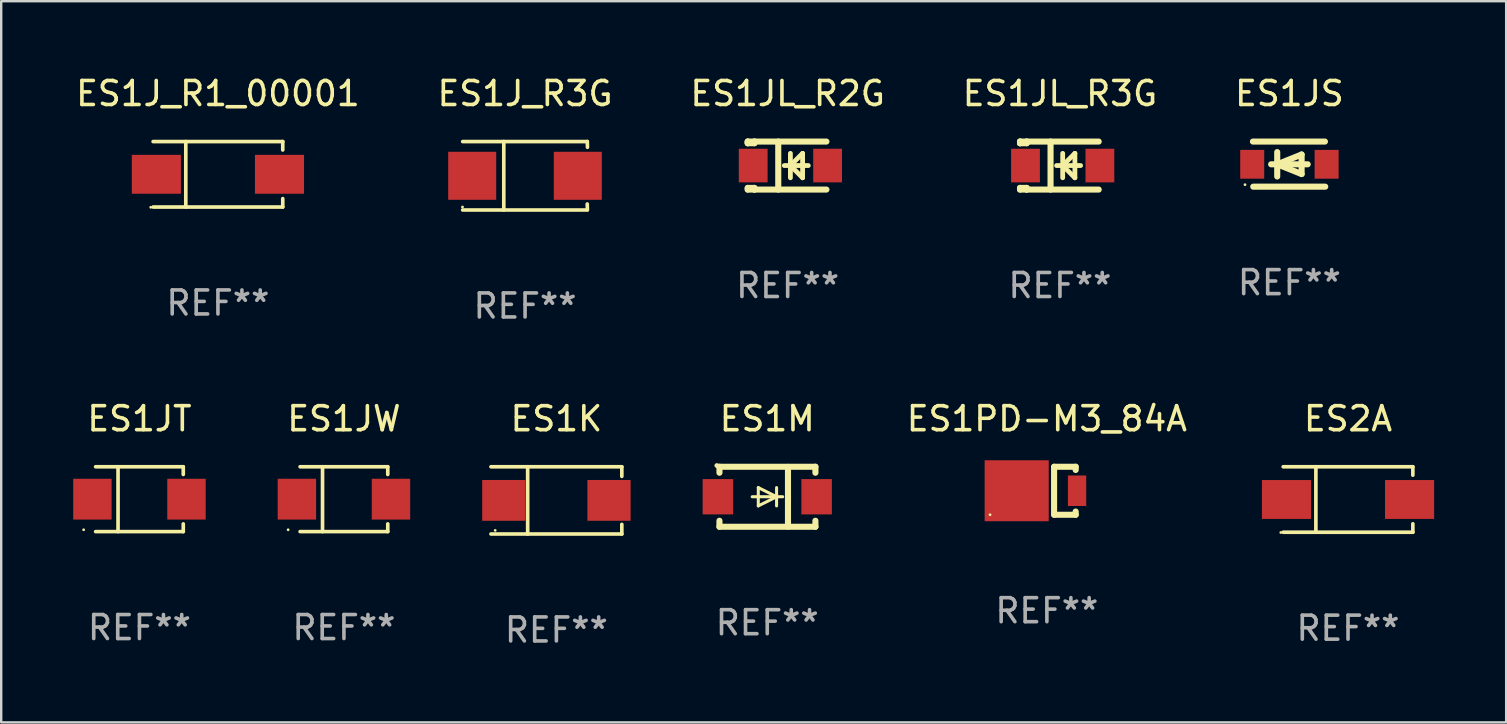
<source format=kicad_pcb>
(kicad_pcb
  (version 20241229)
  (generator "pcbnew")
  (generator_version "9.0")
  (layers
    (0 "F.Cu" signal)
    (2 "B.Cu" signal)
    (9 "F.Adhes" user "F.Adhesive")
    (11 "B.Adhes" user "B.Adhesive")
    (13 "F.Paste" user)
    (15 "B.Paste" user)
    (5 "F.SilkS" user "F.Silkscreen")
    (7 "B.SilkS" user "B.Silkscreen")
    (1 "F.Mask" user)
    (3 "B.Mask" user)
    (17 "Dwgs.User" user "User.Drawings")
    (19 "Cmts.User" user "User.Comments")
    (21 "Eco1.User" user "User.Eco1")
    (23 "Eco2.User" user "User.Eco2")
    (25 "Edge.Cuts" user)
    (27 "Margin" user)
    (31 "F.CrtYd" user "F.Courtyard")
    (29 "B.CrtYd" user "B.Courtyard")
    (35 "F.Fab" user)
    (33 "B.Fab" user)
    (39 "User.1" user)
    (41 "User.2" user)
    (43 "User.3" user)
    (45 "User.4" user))
  (footprint "ES1JS"
    (layer "F.Cu")
    (at 50.673 3.788)
    (property "Reference" "ES1JS" (at 0 -2.94 0) (layer "F.SilkS") (effects (font (size 1 1) (thickness 0.15))))
    (attr through_hole)
    (fp_line (start -1.52 -0.94) (end 1.48 -0.94) (stroke (width 0.254) (type solid)) (layer "F.SilkS"))
    (fp_line (start -1.507 0.94) (end 1.493 0.94) (stroke (width 0.254) (type solid)) (layer "F.SilkS"))
    (fp_line (start -0.762 0.007) (end 0.762 0.007) (stroke (width 0.254) (type solid)) (layer "F.SilkS"))
    (fp_line (start -0.508 -0.501) (end -0.508 0.515) (stroke (width 0.254) (type solid)) (layer "F.SilkS"))
    (fp_line (start -0.508 0.007) (end 0.508 -0.4) (stroke (width 0.254) (type solid)) (layer "F.SilkS"))
    (fp_line (start 0.508 -0.4) (end 0.508 0.413) (stroke (width 0.254) (type solid)) (layer "F.SilkS"))
    (fp_line (start 0.508 0.413) (end -0.508 0.007) (stroke (width 0.254) (type solid)) (layer "F.SilkS"))
    (fp_circle (center -1.85 0.857) (end -1.82 0.857) (stroke (width 0.06) (type solid)) (fill no) (layer "F.SilkS"))
    (fp_text user "REF**" (at 0 4.94 0) (layer "F.Fab") (effects (font (size 1 1) (thickness 0.15))))
    (pad "1" smd rect (at -1.55 0.007) (size 1 1.2) (layers "F.Cu" "F.Mask" "F.Paste"))
    (pad "2" smd rect (at 1.55 0.007) (size 1 1.2) (layers "F.Cu" "F.Mask" "F.Paste")))
  (footprint "ES1J_R1_00001"
    (layer "F.Cu")
    (at 6.03 4.212)
    (property "Reference" "ES1J_R1_00001" (at 0 -3.364 0) (layer "F.SilkS") (effects (font (size 1 1) (thickness 0.15))))
    (attr through_hole)
    (fp_line (start -2.701 -1.364) (end 2.701 -1.364) (stroke (width 0.152) (type solid)) (layer "F.SilkS"))
    (fp_line (start -2.701 1.364) (end 2.701 1.364) (stroke (width 0.152) (type solid)) (layer "F.SilkS"))
    (fp_line (start -1.339 -1.364) (end -1.339 1.364) (stroke (width 0.152) (type solid)) (layer "F.SilkS"))
    (fp_line (start 2.701 -1.364) (end 2.701 -1.013) (stroke (width 0.152) (type solid)) (layer "F.SilkS"))
    (fp_line (start 2.701 1.364) (end 2.701 1.013) (stroke (width 0.152) (type solid)) (layer "F.SilkS"))
    (fp_circle (center -2.8 1.375) (end -2.77 1.375) (stroke (width 0.06) (type solid)) (fill no) (layer "F.SilkS"))
    (fp_text user "REF**" (at 0 5.364 0) (layer "F.Fab") (effects (font (size 1 1) (thickness 0.15))))
    (pad "1" smd rect (at -2.565 -0.000025) (size 2.046 1.62) (layers "F.Cu" "F.Mask" "F.Paste"))
    (pad "2" smd rect (at 2.565 -0.000025) (size 2.046 1.62) (layers "F.Cu" "F.Mask" "F.Paste")))
  (footprint "ES2A"
    (layer "F.Cu")
    (at 53.115 17.761)
    (property "Reference" "ES2A" (at 0 -3.364 0) (layer "F.SilkS") (effects (font (size 1 1) (thickness 0.15))))
    (attr through_hole)
    (fp_line (start -2.701 -1.364) (end 2.701 -1.364) (stroke (width 0.152) (type solid)) (layer "F.SilkS"))
    (fp_line (start -2.701 1.364) (end 2.701 1.364) (stroke (width 0.152) (type solid)) (layer "F.SilkS"))
    (fp_line (start -1.339 -1.364) (end -1.339 1.364) (stroke (width 0.152) (type solid)) (layer "F.SilkS"))
    (fp_line (start 2.701 -1.364) (end 2.701 -1.013) (stroke (width 0.152) (type solid)) (layer "F.SilkS"))
    (fp_line (start 2.701 1.364) (end 2.701 1.013) (stroke (width 0.152) (type solid)) (layer "F.SilkS"))
    (fp_circle (center -2.8 1.375) (end -2.77 1.375) (stroke (width 0.06) (type solid)) (fill no) (layer "F.SilkS"))
    (fp_text user "REF**" (at 0 5.364 0) (layer "F.Fab") (effects (font (size 1 1) (thickness 0.15))))
    (pad "1" smd rect (at -2.565 -0.000025) (size 2.046 1.62) (layers "F.Cu" "F.Mask" "F.Paste"))
    (pad "2" smd rect (at 2.565 -0.000025) (size 2.046 1.62) (layers "F.Cu" "F.Mask" "F.Paste")))
  (footprint "ES1PD-M3_84A"
    (layer "F.Cu")
    (at 40.568 17.397)
    (property "Reference" "ES1PD-M3_84A" (at 0 -3 0) (layer "F.SilkS") (effects (font (size 1 1) (thickness 0.15))))
    (attr through_hole)
    (fp_line (start 0.3 -1) (end 0.3 1) (stroke (width 0.254) (type solid)) (layer "F.SilkS"))
    (fp_line (start 1.2 -1) (end 0.308 -1) (stroke (width 0.254) (type solid)) (layer "F.SilkS"))
    (fp_line (start 1.2 -1) (end 1.2 -0.866) (stroke (width 0.254) (type solid)) (layer "F.SilkS"))
    (fp_line (start 1.2 1) (end 0.308 1) (stroke (width 0.254) (type solid)) (layer "F.SilkS"))
    (fp_line (start 1.2 1) (end 1.2 0.866) (stroke (width 0.254) (type solid)) (layer "F.SilkS"))
    (fp_circle (center -2.368 1) (end -2.338 1) (stroke (width 0.06) (type solid)) (fill no) (layer "F.SilkS"))
    (fp_text user "REF**" (at 0 5 0) (layer "F.Fab") (effects (font (size 1 1) (thickness 0.15))))
    (pad "1" smd rect (at -1.258 0) (size 2.67 2.54) (layers "F.Cu" "F.Mask" "F.Paste"))
    (pad "2" smd rect (at 1.258 0) (size 0.762 1.27) (layers "F.Cu" "F.Mask" "F.Paste")))
  (footprint "ES1K"
    (layer "F.Cu")
    (at 20.132 17.798)
    (property "Reference" "ES1K" (at 0 -3.401 0) (layer "F.SilkS") (effects (font (size 1 1) (thickness 0.15))))
    (attr through_hole)
    (fp_line (start -2.726 -1.401) (end 2.726 -1.401) (stroke (width 0.152) (type solid)) (layer "F.SilkS"))
    (fp_line (start -2.726 1.401) (end 2.726 1.401) (stroke (width 0.152) (type solid)) (layer "F.SilkS"))
    (fp_line (start -1.197 -1.401) (end -1.197 1.401) (stroke (width 0.152) (type solid)) (layer "F.SilkS"))
    (fp_line (start 2.726 -1.401) (end 2.726 -1) (stroke (width 0.152) (type solid)) (layer "F.SilkS"))
    (fp_line (start 2.726 1.401) (end 2.726 1) (stroke (width 0.152) (type solid)) (layer "F.SilkS"))
    (fp_circle (center -2.55 1.25) (end -2.52 1.25) (stroke (width 0.06) (type solid)) (fill no) (layer "F.SilkS"))
    (fp_text user "REF**" (at 0 5.401 0) (layer "F.Fab") (effects (font (size 1 1) (thickness 0.15))))
    (pad "1" smd rect (at -2.192 0) (size 1.8 1.7) (layers "F.Cu" "F.Mask" "F.Paste"))
    (pad "2" smd rect (at 2.192 0) (size 1.8 1.7) (layers "F.Cu" "F.Mask" "F.Paste")))
  (footprint "ES1JL_R3G"
    (layer "F.Cu")
    (at 41.113 3.848)
    (property "Reference" "ES1JL_R3G" (at 0 -3 0) (layer "F.SilkS") (effects (font (size 1 1) (thickness 0.15))))
    (attr through_hole)
    (fp_line (start -1.664 -1) (end -1.664 -0.931) (stroke (width 0.254) (type solid)) (layer "F.SilkS"))
    (fp_line (start -1.664 -0.931) (end -1.664 -1) (stroke (width 0.254) (type solid)) (layer "F.SilkS"))
    (fp_line (start -1.664 0.931) (end -1.386 0.931) (stroke (width 0.254) (type solid)) (layer "F.SilkS"))
    (fp_line (start -1.664 1) (end -1.664 0.931) (stroke (width 0.254) (type solid)) (layer "F.SilkS"))
    (fp_line (start -1.386 -1) (end -1.664 -1) (stroke (width 0.254) (type solid)) (layer "F.SilkS"))
    (fp_line (start -1.386 -1) (end -1.386 -0.931) (stroke (width 0.254) (type solid)) (layer "F.SilkS"))
    (fp_line (start -1.386 -1) (end 1.614 -1) (stroke (width 0.254) (type solid)) (layer "F.SilkS"))
    (fp_line (start -1.386 -0.931) (end -1.664 -0.931) (stroke (width 0.254) (type solid)) (layer "F.SilkS"))
    (fp_line (start -1.386 0.931) (end -1.386 1) (stroke (width 0.254) (type solid)) (layer "F.SilkS"))
    (fp_line (start -1.386 1) (end -1.664 1) (stroke (width 0.254) (type solid)) (layer "F.SilkS"))
    (fp_line (start -1.386 1) (end 1.614 1) (stroke (width 0.254) (type solid)) (layer "F.SilkS"))
    (fp_line (start -0.392 -1) (end -0.392 1) (stroke (width 0.254) (type solid)) (layer "F.SilkS"))
    (fp_line (start -0.14 0) (end 0.86 0) (stroke (width 0.2) (type solid)) (layer "F.SilkS"))
    (fp_line (start 0.114 -0.508) (end 0.114 0.508) (stroke (width 0.2) (type solid)) (layer "F.SilkS"))
    (fp_line (start 0.114 0) (end 0.622 -0.508) (stroke (width 0.2) (type solid)) (layer "F.SilkS"))
    (fp_line (start 0.622 -0.508) (end 0.622 0.508) (stroke (width 0.2) (type solid)) (layer "F.SilkS"))
    (fp_line (start 0.622 0.508) (end 0.114 0) (stroke (width 0.2) (type solid)) (layer "F.SilkS"))
    (fp_circle (center -1.692 0.9) (end -1.662 0.9) (stroke (width 0.06) (type solid)) (fill no) (layer "F.SilkS"))
    (fp_text user "REF**" (at 0 5 0) (layer "F.Fab") (effects (font (size 1 1) (thickness 0.15))))
    (pad "1" smd rect (at -1.436 0) (size 1.2 1.4) (layers "F.Cu" "F.Mask" "F.Paste"))
    (pad "2" smd rect (at 1.664 0) (size 1.2 1.4) (layers "F.Cu" "F.Mask" "F.Paste")))
  (footprint "ES1JL_R2G"
    (layer "F.Cu")
    (at 29.768 3.848)
    (property "Reference" "ES1JL_R2G" (at 0 -3 0) (layer "F.SilkS") (effects (font (size 1 1) (thickness 0.15))))
    (attr through_hole)
    (fp_line (start -1.664 -1) (end -1.664 -0.931) (stroke (width 0.254) (type solid)) (layer "F.SilkS"))
    (fp_line (start -1.664 -0.931) (end -1.664 -1) (stroke (width 0.254) (type solid)) (layer "F.SilkS"))
    (fp_line (start -1.664 0.931) (end -1.386 0.931) (stroke (width 0.254) (type solid)) (layer "F.SilkS"))
    (fp_line (start -1.664 1) (end -1.664 0.931) (stroke (width 0.254) (type solid)) (layer "F.SilkS"))
    (fp_line (start -1.386 -1) (end -1.664 -1) (stroke (width 0.254) (type solid)) (layer "F.SilkS"))
    (fp_line (start -1.386 -1) (end -1.386 -0.931) (stroke (width 0.254) (type solid)) (layer "F.SilkS"))
    (fp_line (start -1.386 -1) (end 1.614 -1) (stroke (width 0.254) (type solid)) (layer "F.SilkS"))
    (fp_line (start -1.386 -0.931) (end -1.664 -0.931) (stroke (width 0.254) (type solid)) (layer "F.SilkS"))
    (fp_line (start -1.386 0.931) (end -1.386 1) (stroke (width 0.254) (type solid)) (layer "F.SilkS"))
    (fp_line (start -1.386 1) (end -1.664 1) (stroke (width 0.254) (type solid)) (layer "F.SilkS"))
    (fp_line (start -1.386 1) (end 1.614 1) (stroke (width 0.254) (type solid)) (layer "F.SilkS"))
    (fp_line (start -0.392 -1) (end -0.392 1) (stroke (width 0.254) (type solid)) (layer "F.SilkS"))
    (fp_line (start -0.14 0) (end 0.86 0) (stroke (width 0.2) (type solid)) (layer "F.SilkS"))
    (fp_line (start 0.114 -0.508) (end 0.114 0.508) (stroke (width 0.2) (type solid)) (layer "F.SilkS"))
    (fp_line (start 0.114 0) (end 0.622 -0.508) (stroke (width 0.2) (type solid)) (layer "F.SilkS"))
    (fp_line (start 0.622 -0.508) (end 0.622 0.508) (stroke (width 0.2) (type solid)) (layer "F.SilkS"))
    (fp_line (start 0.622 0.508) (end 0.114 0) (stroke (width 0.2) (type solid)) (layer "F.SilkS"))
    (fp_circle (center -1.692 0.9) (end -1.662 0.9) (stroke (width 0.06) (type solid)) (fill no) (layer "F.SilkS"))
    (fp_text user "REF**" (at 0 5 0) (layer "F.Fab") (effects (font (size 1 1) (thickness 0.15))))
    (pad "1" smd rect (at -1.436 0) (size 1.2 1.4) (layers "F.Cu" "F.Mask" "F.Paste"))
    (pad "2" smd rect (at 1.664 0) (size 1.2 1.4) (layers "F.Cu" "F.Mask" "F.Paste")))
  (footprint "ES1JT"
    (layer "F.Cu")
    (at 2.76 17.748)
    (property "Reference" "ES1JT" (at 0 -3.351 0) (layer "F.SilkS") (effects (font (size 1 1) (thickness 0.15))))
    (attr through_hole)
    (fp_line (start -1.826 -1.351) (end 1.826 -1.351) (stroke (width 0.152) (type solid)) (layer "F.SilkS"))
    (fp_line (start -1.826 1.351) (end 1.826 1.351) (stroke (width 0.152) (type solid)) (layer "F.SilkS"))
    (fp_line (start -0.892 -1.351) (end -0.892 1.351) (stroke (width 0.152) (type solid)) (layer "F.SilkS"))
    (fp_line (start 1.826 -1.351) (end 1.826 -1.03) (stroke (width 0.152) (type solid)) (layer "F.SilkS"))
    (fp_line (start 1.826 1.03) (end 1.826 1.351) (stroke (width 0.152) (type solid)) (layer "F.SilkS"))
    (fp_circle (center -2.325 1.275) (end -2.295 1.275) (stroke (width 0.06) (type solid)) (fill no) (layer "F.SilkS"))
    (fp_text user "REF**" (at 0 5.351 0) (layer "F.Fab") (effects (font (size 1 1) (thickness 0.15))))
    (pad "1" smd rect (at -1.96 0 180) (size 1.6 1.7) (layers "F.Cu" "F.Mask" "F.Paste"))
    (pad "2" smd rect (at 1.96 0 180) (size 1.6 1.7) (layers "F.Cu" "F.Mask" "F.Paste")))
  (footprint "ES1M"
    (layer "F.Cu")
    (at 28.917 17.647)
    (property "Reference" "ES1M" (at 0 -3.25 0) (layer "F.SilkS") (effects (font (size 1 1) (thickness 0.15))))
    (attr through_hole)
    (fp_line (start -1.991 -1.25) (end 2.007 -1.25) (stroke (width 0.254) (type solid)) (layer "F.SilkS"))
    (fp_line (start -1.991 -1) (end -1.991 -1.25) (stroke (width 0.254) (type solid)) (layer "F.SilkS"))
    (fp_line (start -1.991 1.25) (end -1.991 1) (stroke (width 0.254) (type solid)) (layer "F.SilkS"))
    (fp_line (start -0.627 0) (end 0.643 0) (stroke (width 0.127) (type solid)) (layer "F.SilkS"))
    (fp_line (start -0.373 -0.381) (end 0.389 0) (stroke (width 0.127) (type solid)) (layer "F.SilkS"))
    (fp_line (start -0.373 0) (end -0.373 -0.381) (stroke (width 0.127) (type solid)) (layer "F.SilkS"))
    (fp_line (start -0.373 0) (end -0.373 0.381) (stroke (width 0.127) (type solid)) (layer "F.SilkS"))
    (fp_line (start -0.373 0.381) (end 0.389 0) (stroke (width 0.127) (type solid)) (layer "F.SilkS"))
    (fp_line (start 0.389 0) (end 0.389 -0.381) (stroke (width 0.127) (type solid)) (layer "F.SilkS"))
    (fp_line (start 0.389 0) (end 0.389 0.381) (stroke (width 0.127) (type solid)) (layer "F.SilkS"))
    (fp_line (start 0.864 -1.245) (end 0.864 1.245) (stroke (width 0.254) (type solid)) (layer "F.SilkS"))
    (fp_line (start 2.007 -1) (end 2.007 -1.25) (stroke (width 0.254) (type solid)) (layer "F.SilkS"))
    (fp_line (start 2.007 1.25) (end -1.991 1.25) (stroke (width 0.254) (type solid)) (layer "F.SilkS"))
    (fp_line (start 2.007 1.25) (end 2.007 1) (stroke (width 0.254) (type solid)) (layer "F.SilkS"))
    (fp_circle (center -2.1 -1.3) (end -2.05 -1.3) (stroke (width 0.1) (type solid)) (fill no) (layer "F.SilkS"))
    (fp_text user "REF**" (at 0 5.25 0) (layer "F.Fab") (effects (font (size 1 1) (thickness 0.15))))
    (pad "1" smd rect (at -2.057 0) (size 1.27 1.471) (layers "F.Cu" "F.Mask" "F.Paste"))
    (pad "2" smd rect (at 2.057 0) (size 1.27 1.471) (layers "F.Cu" "F.Mask" "F.Paste")))
  (footprint "ES1J_R3G"
    (layer "F.Cu")
    (at 18.827 4.274)
    (property "Reference" "ES1J_R3G" (at 0 -3.426 0) (layer "F.SilkS") (effects (font (size 1 1) (thickness 0.15))))
    (attr through_hole)
    (fp_line (start -2.6 -1.426) (end 2.593 -1.426) (stroke (width 0.152) (type solid)) (layer "F.SilkS"))
    (fp_line (start -2.6 1.426) (end 2.593 1.426) (stroke (width 0.152) (type solid)) (layer "F.SilkS"))
    (fp_line (start -0.887 -1.426) (end -0.887 1.426) (stroke (width 0.152) (type solid)) (layer "F.SilkS"))
    (fp_line (start 2.59 1.176) (end 2.597 1.415) (stroke (width 0.152) (type solid)) (layer "F.SilkS"))
    (fp_line (start 2.593 -1.426) (end 2.6 -1.187) (stroke (width 0.152) (type solid)) (layer "F.SilkS"))
    (fp_circle (center -2.608 1.3) (end -2.578 1.3) (stroke (width 0.06) (type solid)) (fill no) (layer "F.SilkS"))
    (fp_text user "REF**" (at 0 5.426 0) (layer "F.Fab") (effects (font (size 1 1) (thickness 0.15))))
    (pad "1" smd rect (at -2.203 0 180) (size 2 2) (layers "F.Cu" "F.Mask" "F.Paste"))
    (pad "2" smd rect (at 2.197 0 180) (size 2 2) (layers "F.Cu" "F.Mask" "F.Paste")))
  (footprint "ES1JW"
    (layer "F.Cu")
    (at 11.28 17.748)
    (property "Reference" "ES1JW" (at 0 -3.351 0) (layer "F.SilkS") (effects (font (size 1 1) (thickness 0.15))))
    (attr through_hole)
    (fp_line (start -1.826 -1.351) (end 1.826 -1.351) (stroke (width 0.152) (type solid)) (layer "F.SilkS"))
    (fp_line (start -1.826 1.351) (end 1.826 1.351) (stroke (width 0.152) (type solid)) (layer "F.SilkS"))
    (fp_line (start -0.892 -1.351) (end -0.892 1.351) (stroke (width 0.152) (type solid)) (layer "F.SilkS"))
    (fp_line (start 1.826 -1.351) (end 1.826 -1.03) (stroke (width 0.152) (type solid)) (layer "F.SilkS"))
    (fp_line (start 1.826 1.03) (end 1.826 1.351) (stroke (width 0.152) (type solid)) (layer "F.SilkS"))
    (fp_circle (center -2.325 1.275) (end -2.295 1.275) (stroke (width 0.06) (type solid)) (fill no) (layer "F.SilkS"))
    (fp_text user "REF**" (at 0 5.351 0) (layer "F.Fab") (effects (font (size 1 1) (thickness 0.15))))
    (pad "1" smd rect (at -1.96 0 180) (size 1.6 1.7) (layers "F.Cu" "F.Mask" "F.Paste"))
    (pad "2" smd rect (at 1.96 0 180) (size 1.6 1.7) (layers "F.Cu" "F.Mask" "F.Paste")))
  (gr_rect
    (start -3 -3)
    (end 59.704 27.048)
    (stroke (width 0.1) (type default))
    (fill no)
    (layer "Edge.Cuts")))
</source>
